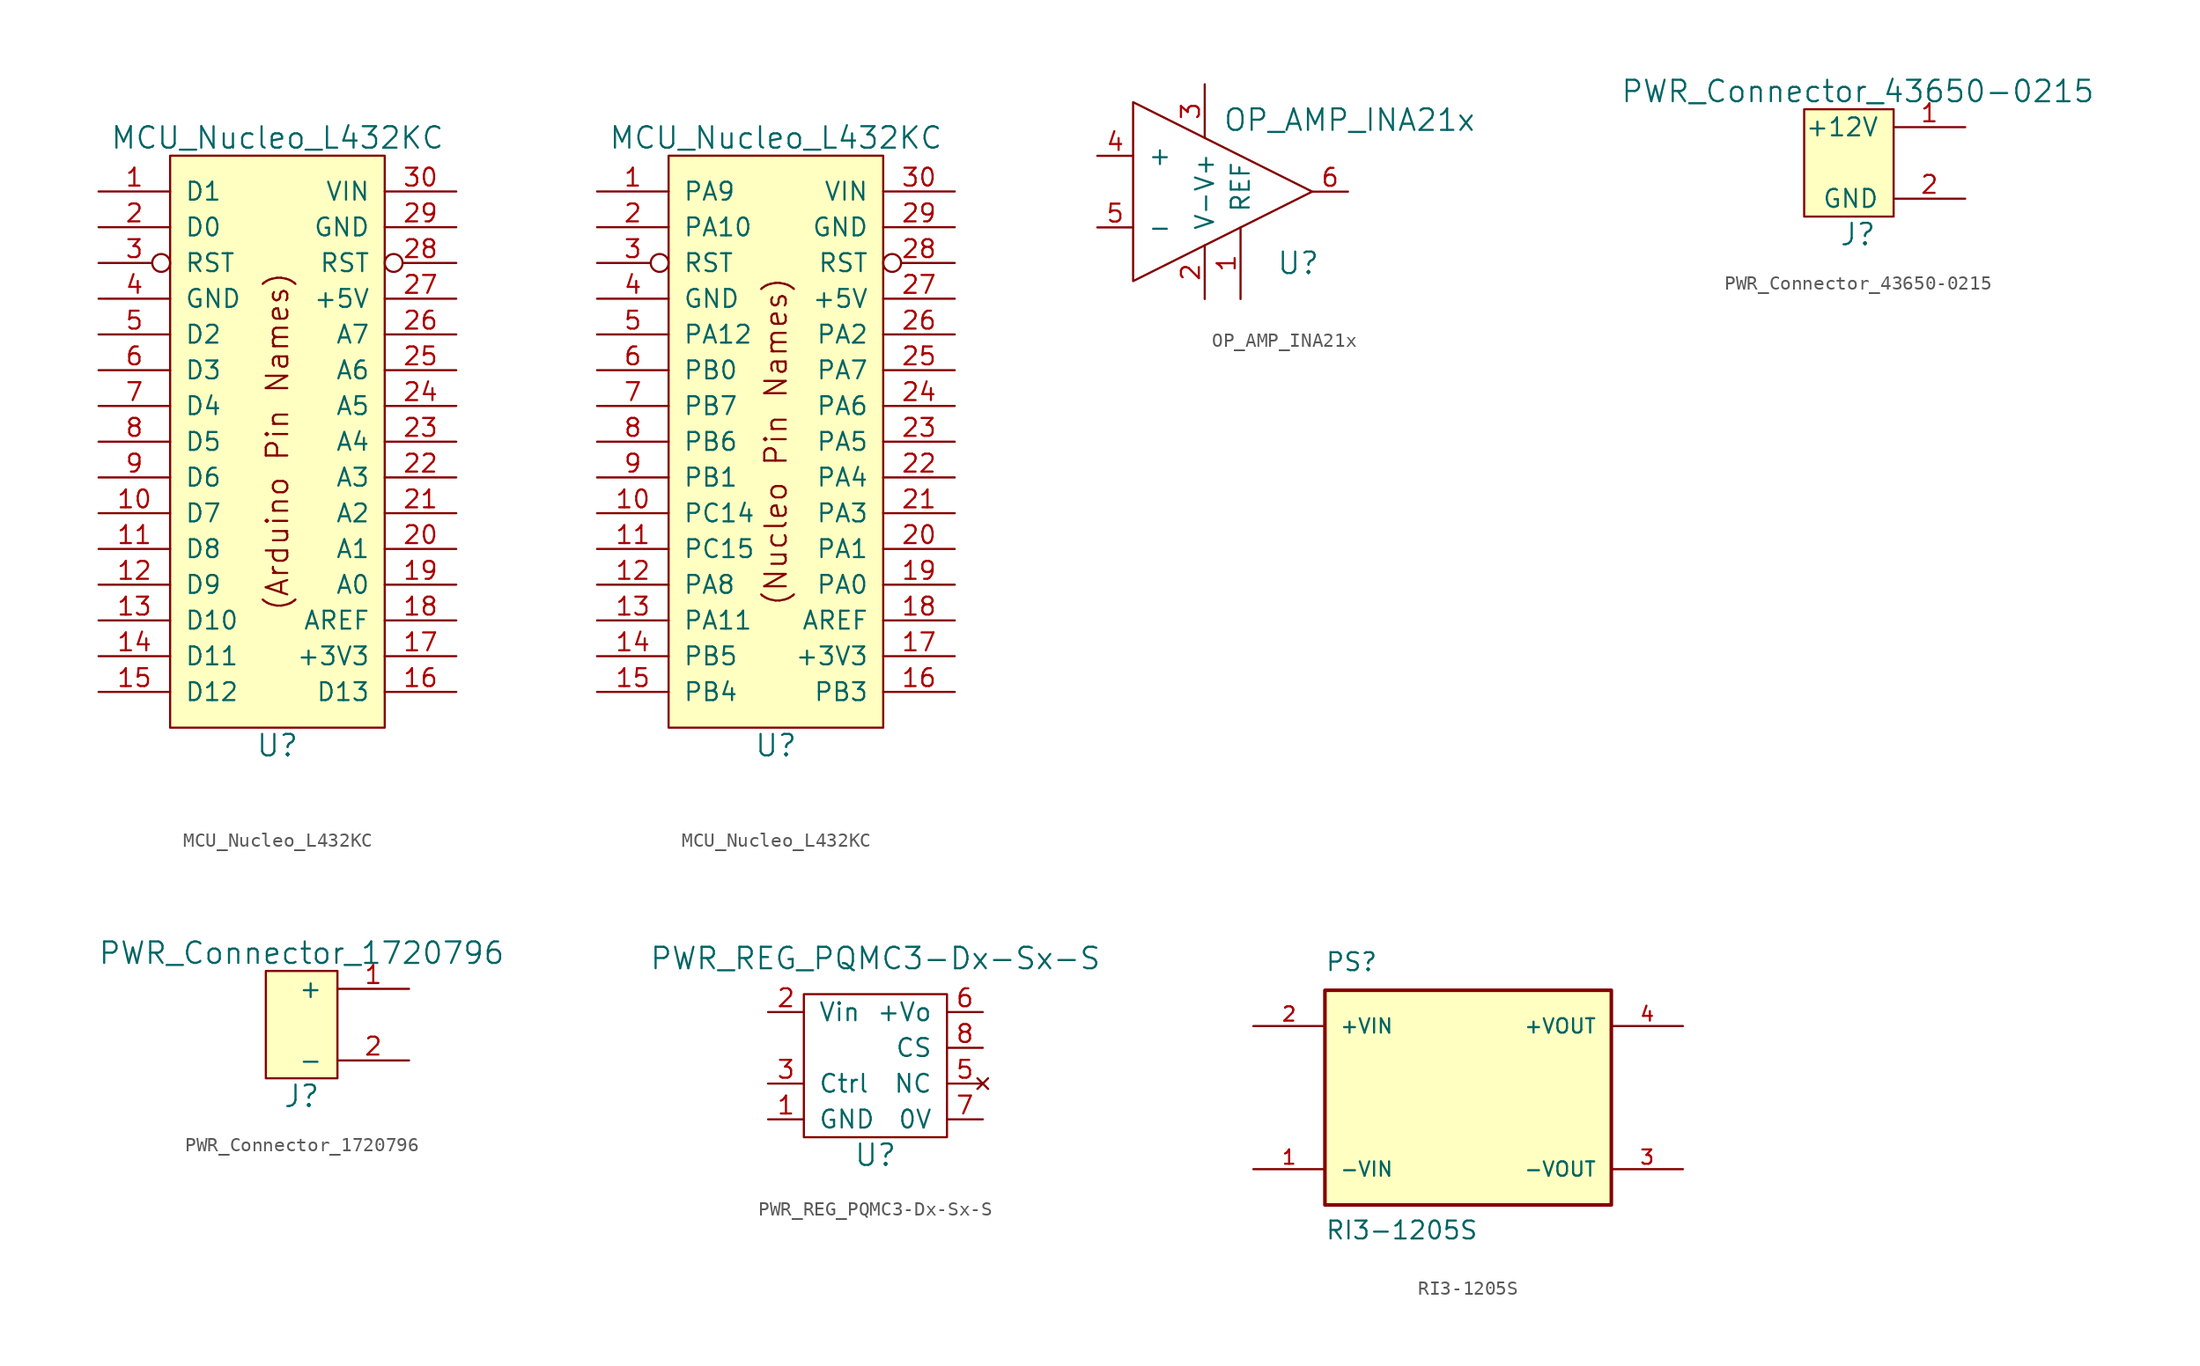
<source format=kicad_sym>
(kicad_symbol_lib
  (version 20220914)
  (generator kicad_symbol_editor)
  (symbol "MCU_Nucleo_L432KC"
    (pin_names
      (offset 1.016))
    (property "Reference" "U"
      (at 0 -21.59 0)
      (effects (font (size 1.524 1.524))))
    (property "Value" "MCU_Nucleo_L432KC"
      (at 0 21.59 0)
      (effects (font (size 1.524 1.524))))
    (symbol "MCU_Nucleo_L432KC_0_0"
      (rectangle (start -7.62 20.32) (end 7.62 -20.32) (stroke (width 0) (type default)) (fill (type background))))
    (symbol "MCU_Nucleo_L432KC_0_1"
      (text "(Arduino Pin Names)" (at 0 0 900) (effects (font (size 1.524 1.524)))))
    (symbol "MCU_Nucleo_L432KC_0_2"
      (text "(Nucleo Pin Names)" (at 0 0 900) (effects (font (size 1.524 1.524)))))
    (symbol "MCU_Nucleo_L432KC_1_1"
      (pin bidirectional line (at -12.7 17.78 0) (length 5.08) (name "D1" (effects (font (size 1.27 1.27)))) (number "1" (effects (font (size 1.27 1.27)))))
      (pin bidirectional line (at -12.7 -5.08 0) (length 5.08) (name "D7" (effects (font (size 1.27 1.27)))) (number "10" (effects (font (size 1.27 1.27)))))
      (pin bidirectional line (at -12.7 -7.62 0) (length 5.08) (name "D8" (effects (font (size 1.27 1.27)))) (number "11" (effects (font (size 1.27 1.27)))))
      (pin bidirectional line (at -12.7 -10.16 0) (length 5.08) (name "D9" (effects (font (size 1.27 1.27)))) (number "12" (effects (font (size 1.27 1.27)))))
      (pin bidirectional line (at -12.7 -12.7 0) (length 5.08) (name "D10" (effects (font (size 1.27 1.27)))) (number "13" (effects (font (size 1.27 1.27)))))
      (pin bidirectional line (at -12.7 -15.24 0) (length 5.08) (name "D11" (effects (font (size 1.27 1.27)))) (number "14" (effects (font (size 1.27 1.27)))))
      (pin bidirectional line (at -12.7 -17.78 0) (length 5.08) (name "D12" (effects (font (size 1.27 1.27)))) (number "15" (effects (font (size 1.27 1.27)))))
      (pin bidirectional line (at 12.7 -17.78 180) (length 5.08) (name "D13" (effects (font (size 1.27 1.27)))) (number "16" (effects (font (size 1.27 1.27)))))
      (pin power_out line (at 12.7 -15.24 180) (length 5.08) (name "+3V3" (effects (font (size 1.27 1.27)))) (number "17" (effects (font (size 1.27 1.27)))))
      (pin input line (at 12.7 -12.7 180) (length 5.08) (name "AREF" (effects (font (size 1.27 1.27)))) (number "18" (effects (font (size 1.27 1.27)))))
      (pin bidirectional line (at 12.7 -10.16 180) (length 5.08) (name "A0" (effects (font (size 1.27 1.27)))) (number "19" (effects (font (size 1.27 1.27)))))
      (pin bidirectional line (at -12.7 15.24 0) (length 5.08) (name "D0" (effects (font (size 1.27 1.27)))) (number "2" (effects (font (size 1.27 1.27)))))
      (pin bidirectional line (at 12.7 -7.62 180) (length 5.08) (name "A1" (effects (font (size 1.27 1.27)))) (number "20" (effects (font (size 1.27 1.27)))))
      (pin bidirectional line (at 12.7 -5.08 180) (length 5.08) (name "A2" (effects (font (size 1.27 1.27)))) (number "21" (effects (font (size 1.27 1.27)))))
      (pin bidirectional line (at 12.7 -2.54 180) (length 5.08) (name "A3" (effects (font (size 1.27 1.27)))) (number "22" (effects (font (size 1.27 1.27)))))
      (pin bidirectional line (at 12.7 0 180) (length 5.08) (name "A4" (effects (font (size 1.27 1.27)))) (number "23" (effects (font (size 1.27 1.27)))))
      (pin bidirectional line (at 12.7 2.54 180) (length 5.08) (name "A5" (effects (font (size 1.27 1.27)))) (number "24" (effects (font (size 1.27 1.27)))))
      (pin bidirectional line (at 12.7 5.08 180) (length 5.08) (name "A6" (effects (font (size 1.27 1.27)))) (number "25" (effects (font (size 1.27 1.27)))))
      (pin bidirectional line (at 12.7 7.62 180) (length 5.08) (name "A7" (effects (font (size 1.27 1.27)))) (number "26" (effects (font (size 1.27 1.27)))))
      (pin power_in line (at 12.7 10.16 180) (length 5.08) (name "+5V" (effects (font (size 1.27 1.27)))) (number "27" (effects (font (size 1.27 1.27)))))
      (pin input inverted (at 12.7 12.7 180) (length 5.08) (name "RST" (effects (font (size 1.27 1.27)))) (number "28" (effects (font (size 1.27 1.27)))))
      (pin power_in line (at 12.7 15.24 180) (length 5.08) (name "GND" (effects (font (size 1.27 1.27)))) (number "29" (effects (font (size 1.27 1.27)))))
      (pin input inverted (at -12.7 12.7 0) (length 5.08) (name "RST" (effects (font (size 1.27 1.27)))) (number "3" (effects (font (size 1.27 1.27)))))
      (pin power_in line (at 12.7 17.78 180) (length 5.08) (name "VIN" (effects (font (size 1.27 1.27)))) (number "30" (effects (font (size 1.27 1.27)))))
      (pin power_in line (at -12.7 10.16 0) (length 5.08) (name "GND" (effects (font (size 1.27 1.27)))) (number "4" (effects (font (size 1.27 1.27)))))
      (pin bidirectional line (at -12.7 7.62 0) (length 5.08) (name "D2" (effects (font (size 1.27 1.27)))) (number "5" (effects (font (size 1.27 1.27)))))
      (pin bidirectional line (at -12.7 5.08 0) (length 5.08) (name "D3" (effects (font (size 1.27 1.27)))) (number "6" (effects (font (size 1.27 1.27)))))
      (pin bidirectional line (at -12.7 2.54 0) (length 5.08) (name "D4" (effects (font (size 1.27 1.27)))) (number "7" (effects (font (size 1.27 1.27)))))
      (pin bidirectional line (at -12.7 0 0) (length 5.08) (name "D5" (effects (font (size 1.27 1.27)))) (number "8" (effects (font (size 1.27 1.27)))))
      (pin bidirectional line (at -12.7 -2.54 0) (length 5.08) (name "D6" (effects (font (size 1.27 1.27)))) (number "9" (effects (font (size 1.27 1.27))))))
    (symbol "MCU_Nucleo_L432KC_1_2"
      (pin bidirectional line (at -12.7 17.78 0) (length 5.08) (name "PA9" (effects (font (size 1.27 1.27)))) (number "1" (effects (font (size 1.27 1.27)))))
      (pin bidirectional line (at -12.7 -5.08 0) (length 5.08) (name "PC14" (effects (font (size 1.27 1.27)))) (number "10" (effects (font (size 1.27 1.27)))))
      (pin bidirectional line (at -12.7 -7.62 0) (length 5.08) (name "PC15" (effects (font (size 1.27 1.27)))) (number "11" (effects (font (size 1.27 1.27)))))
      (pin bidirectional line (at -12.7 -10.16 0) (length 5.08) (name "PA8" (effects (font (size 1.27 1.27)))) (number "12" (effects (font (size 1.27 1.27)))))
      (pin bidirectional line (at -12.7 -12.7 0) (length 5.08) (name "PA11" (effects (font (size 1.27 1.27)))) (number "13" (effects (font (size 1.27 1.27)))))
      (pin bidirectional line (at -12.7 -15.24 0) (length 5.08) (name "PB5" (effects (font (size 1.27 1.27)))) (number "14" (effects (font (size 1.27 1.27)))))
      (pin bidirectional line (at -12.7 -17.78 0) (length 5.08) (name "PB4" (effects (font (size 1.27 1.27)))) (number "15" (effects (font (size 1.27 1.27)))))
      (pin bidirectional line (at 12.7 -17.78 180) (length 5.08) (name "PB3" (effects (font (size 1.27 1.27)))) (number "16" (effects (font (size 1.27 1.27)))))
      (pin power_out line (at 12.7 -15.24 180) (length 5.08) (name "+3V3" (effects (font (size 1.27 1.27)))) (number "17" (effects (font (size 1.27 1.27)))))
      (pin input line (at 12.7 -12.7 180) (length 5.08) (name "AREF" (effects (font (size 1.27 1.27)))) (number "18" (effects (font (size 1.27 1.27)))))
      (pin bidirectional line (at 12.7 -10.16 180) (length 5.08) (name "PA0" (effects (font (size 1.27 1.27)))) (number "19" (effects (font (size 1.27 1.27)))))
      (pin bidirectional line (at -12.7 15.24 0) (length 5.08) (name "PA10" (effects (font (size 1.27 1.27)))) (number "2" (effects (font (size 1.27 1.27)))))
      (pin bidirectional line (at 12.7 -7.62 180) (length 5.08) (name "PA1" (effects (font (size 1.27 1.27)))) (number "20" (effects (font (size 1.27 1.27)))))
      (pin bidirectional line (at 12.7 -5.08 180) (length 5.08) (name "PA3" (effects (font (size 1.27 1.27)))) (number "21" (effects (font (size 1.27 1.27)))))
      (pin bidirectional line (at 12.7 -2.54 180) (length 5.08) (name "PA4" (effects (font (size 1.27 1.27)))) (number "22" (effects (font (size 1.27 1.27)))))
      (pin bidirectional line (at 12.7 0 180) (length 5.08) (name "PA5" (effects (font (size 1.27 1.27)))) (number "23" (effects (font (size 1.27 1.27)))))
      (pin bidirectional line (at 12.7 2.54 180) (length 5.08) (name "PA6" (effects (font (size 1.27 1.27)))) (number "24" (effects (font (size 1.27 1.27)))))
      (pin bidirectional line (at 12.7 5.08 180) (length 5.08) (name "PA7" (effects (font (size 1.27 1.27)))) (number "25" (effects (font (size 1.27 1.27)))))
      (pin bidirectional line (at 12.7 7.62 180) (length 5.08) (name "PA2" (effects (font (size 1.27 1.27)))) (number "26" (effects (font (size 1.27 1.27)))))
      (pin power_out line (at 12.7 10.16 180) (length 5.08) (name "+5V" (effects (font (size 1.27 1.27)))) (number "27" (effects (font (size 1.27 1.27)))))
      (pin input inverted (at 12.7 12.7 180) (length 5.08) (name "RST" (effects (font (size 1.27 1.27)))) (number "28" (effects (font (size 1.27 1.27)))))
      (pin power_in line (at 12.7 15.24 180) (length 5.08) (name "GND" (effects (font (size 1.27 1.27)))) (number "29" (effects (font (size 1.27 1.27)))))
      (pin input inverted (at -12.7 12.7 0) (length 5.08) (name "RST" (effects (font (size 1.27 1.27)))) (number "3" (effects (font (size 1.27 1.27)))))
      (pin power_in line (at 12.7 17.78 180) (length 5.08) (name "VIN" (effects (font (size 1.27 1.27)))) (number "30" (effects (font (size 1.27 1.27)))))
      (pin power_in line (at -12.7 10.16 0) (length 5.08) (name "GND" (effects (font (size 1.27 1.27)))) (number "4" (effects (font (size 1.27 1.27)))))
      (pin bidirectional line (at -12.7 7.62 0) (length 5.08) (name "PA12" (effects (font (size 1.27 1.27)))) (number "5" (effects (font (size 1.27 1.27)))))
      (pin bidirectional line (at -12.7 5.08 0) (length 5.08) (name "PB0" (effects (font (size 1.27 1.27)))) (number "6" (effects (font (size 1.27 1.27)))))
      (pin bidirectional line (at -12.7 2.54 0) (length 5.08) (name "PB7" (effects (font (size 1.27 1.27)))) (number "7" (effects (font (size 1.27 1.27)))))
      (pin bidirectional line (at -12.7 0 0) (length 5.08) (name "PB6" (effects (font (size 1.27 1.27)))) (number "8" (effects (font (size 1.27 1.27)))))
      (pin bidirectional line (at -12.7 -2.54 0) (length 5.08) (name "PB1" (effects (font (size 1.27 1.27)))) (number "9" (effects (font (size 1.27 1.27)))))))
  (symbol "OP_AMP_INA21x"
    (pin_names
      (offset 1.016))
    (property "Reference" "U"
      (at 5.08 -5.08 0)
      (effects (font (size 1.524 1.524)) (justify left)))
    (property "Value" "OP_AMP_INA21x"
      (at 1.27 5.08 0)
      (effects (font (size 1.524 1.524)) (justify left)))
    (symbol "OP_AMP_INA21x_0_1"
      (polyline (pts (xy -5.08 6.35) (xy 7.62 0) (xy -5.08 -6.35) (xy -5.08 6.35)) (stroke (width 0) (type default)) (fill (type none))))
    (symbol "OP_AMP_INA21x_1_1"
      (pin input line (at 2.54 -7.62 90) (length 5.08) (name "REF" (effects (font (size 1.27 1.27)))) (number "1" (effects (font (size 1.27 1.27)))))
      (pin power_in line (at 0 -7.62 90) (length 3.81) (name "V-" (effects (font (size 1.27 1.27)))) (number "2" (effects (font (size 1.27 1.27)))))
      (pin power_in line (at 0 7.62 270) (length 3.81) (name "V+" (effects (font (size 1.27 1.27)))) (number "3" (effects (font (size 1.27 1.27)))))
      (pin input line (at -7.62 2.54 0) (length 2.54) (name "+" (effects (font (size 1.27 1.27)))) (number "4" (effects (font (size 1.27 1.27)))))
      (pin input line (at -7.62 -2.54 0) (length 2.54) (name "-" (effects (font (size 1.27 1.27)))) (number "5" (effects (font (size 1.27 1.27)))))
      (pin output line (at 10.16 0 180) (length 2.54) (name "~" (effects (font (size 1.27 1.27)))) (number "6" (effects (font (size 1.27 1.27)))))))
  (symbol "PWR_Connector_43650-0215"
    (pin_names
      (offset 1.016))
    (property "Reference" "J"
      (at 0 -5.08 0)
      (effects (font (size 1.524 1.524))))
    (property "Value" "PWR_Connector_43650-0215"
      (at 0 5.08 0)
      (effects (font (size 1.524 1.524))))
    (symbol "PWR_Connector_43650-0215_0_1"
      (rectangle (start 2.54 3.81) (end -3.81 -3.81) (stroke (width 0) (type default)) (fill (type background))))
    (symbol "PWR_Connector_43650-0215_1_1"
      (pin power_out line (at 7.62 2.54 180) (length 5.08) (name "+12V" (effects (font (size 1.27 1.27)))) (number "1" (effects (font (size 1.27 1.27)))))
      (pin power_out line (at 7.62 -2.54 180) (length 5.08) (name "GND" (effects (font (size 1.27 1.27)))) (number "2" (effects (font (size 1.27 1.27)))))))
  (symbol "PWR_Connector_1720796"
    (pin_names
      (offset 1.016))
    (property "Reference" "J"
      (at 0 -5.08 0)
      (effects (font (size 1.524 1.524))))
    (property "Value" "PWR_Connector_1720796"
      (at 0 5.08 0)
      (effects (font (size 1.524 1.524))))
    (symbol "PWR_Connector_1720796_0_1"
      (rectangle (start 2.54 3.81) (end -2.54 -3.81) (stroke (width 0) (type default)) (fill (type background))))
    (symbol "PWR_Connector_1720796_1_1"
      (pin passive line (at 7.62 2.54 180) (length 5.08) (name "+" (effects (font (size 1.27 1.27)))) (number "1" (effects (font (size 1.27 1.27)))))
      (pin passive line (at 7.62 -2.54 180) (length 5.08) (name "-" (effects (font (size 1.27 1.27)))) (number "2" (effects (font (size 1.27 1.27)))))))
  (symbol "PWR_REG_PQMC3-Dx-Sx-S"
    (pin_names
      (offset 1.016))
    (property "Reference" "U"
      (at 0 -6.35 0)
      (effects (font (size 1.524 1.524))))
    (property "Value" "PWR_REG_PQMC3-Dx-Sx-S"
      (at 0 7.62 0)
      (effects (font (size 1.524 1.524))))
    (symbol "PWR_REG_PQMC3-Dx-Sx-S_0_1"
      (rectangle (start 5.08 5.08) (end -5.08 -5.08) (stroke (width 0) (type default)) (fill (type none))))
    (symbol "PWR_REG_PQMC3-Dx-Sx-S_1_1"
      (pin power_in line (at -7.62 -3.81 0) (length 2.54) (name "GND" (effects (font (size 1.27 1.27)))) (number "1" (effects (font (size 1.27 1.27)))))
      (pin power_in line (at -7.62 3.81 0) (length 2.54) (name "Vin" (effects (font (size 1.27 1.27)))) (number "2" (effects (font (size 1.27 1.27)))))
      (pin input line (at -7.62 -1.27 0) (length 2.54) (name "Ctrl" (effects (font (size 1.27 1.27)))) (number "3" (effects (font (size 1.27 1.27)))))
      (pin no_connect line (at 7.62 -1.27 180) (length 2.54) (name "NC" (effects (font (size 1.27 1.27)))) (number "5" (effects (font (size 1.27 1.27)))))
      (pin power_out line (at 7.62 3.81 180) (length 2.54) (name "+Vo" (effects (font (size 1.27 1.27)))) (number "6" (effects (font (size 1.27 1.27)))))
      (pin power_out line (at 7.62 -3.81 180) (length 2.54) (name "0V" (effects (font (size 1.27 1.27)))) (number "7" (effects (font (size 1.27 1.27)))))
      (pin output line (at 7.62 1.27 180) (length 2.54) (name "CS" (effects (font (size 1.27 1.27)))) (number "8" (effects (font (size 1.27 1.27)))))))
  (symbol "RI3-1205S"
    (pin_names
      (offset 1.016))
    (property "Reference" "PS"
      (at -10.16 8.89 0)
      (effects (font (size 1.27 1.27)) (justify left bottom)))
    (property "Value" "RI3-1205S"
      (at -10.16 -10.16 0)
      (effects (font (size 1.27 1.27)) (justify left bottom)))
    (property "ki_locked" ""
      (at 0 0 0)
      (effects (font (size 1.27 1.27))))
    (symbol "RI3-1205S_0_0"
      (rectangle (start -10.16 -7.62) (end 10.16 7.62) (stroke (width 0.254) (type default)) (fill (type background)))
      (pin power_in line (at -15.24 -5.08 0) (length 5.08) (name "-VIN" (effects (font (size 1.016 1.016)))) (number "1" (effects (font (size 1.016 1.016)))))
      (pin power_in line (at -15.24 5.08 0) (length 5.08) (name "+VIN" (effects (font (size 1.016 1.016)))) (number "2" (effects (font (size 1.016 1.016)))))
      (pin power_out line (at 15.24 -5.08 180) (length 5.08) (name "-VOUT" (effects (font (size 1.016 1.016)))) (number "3" (effects (font (size 1.016 1.016)))))
      (pin power_out line (at 15.24 5.08 180) (length 5.08) (name "+VOUT" (effects (font (size 1.016 1.016)))) (number "4" (effects (font (size 1.016 1.016))))))))
</source>
